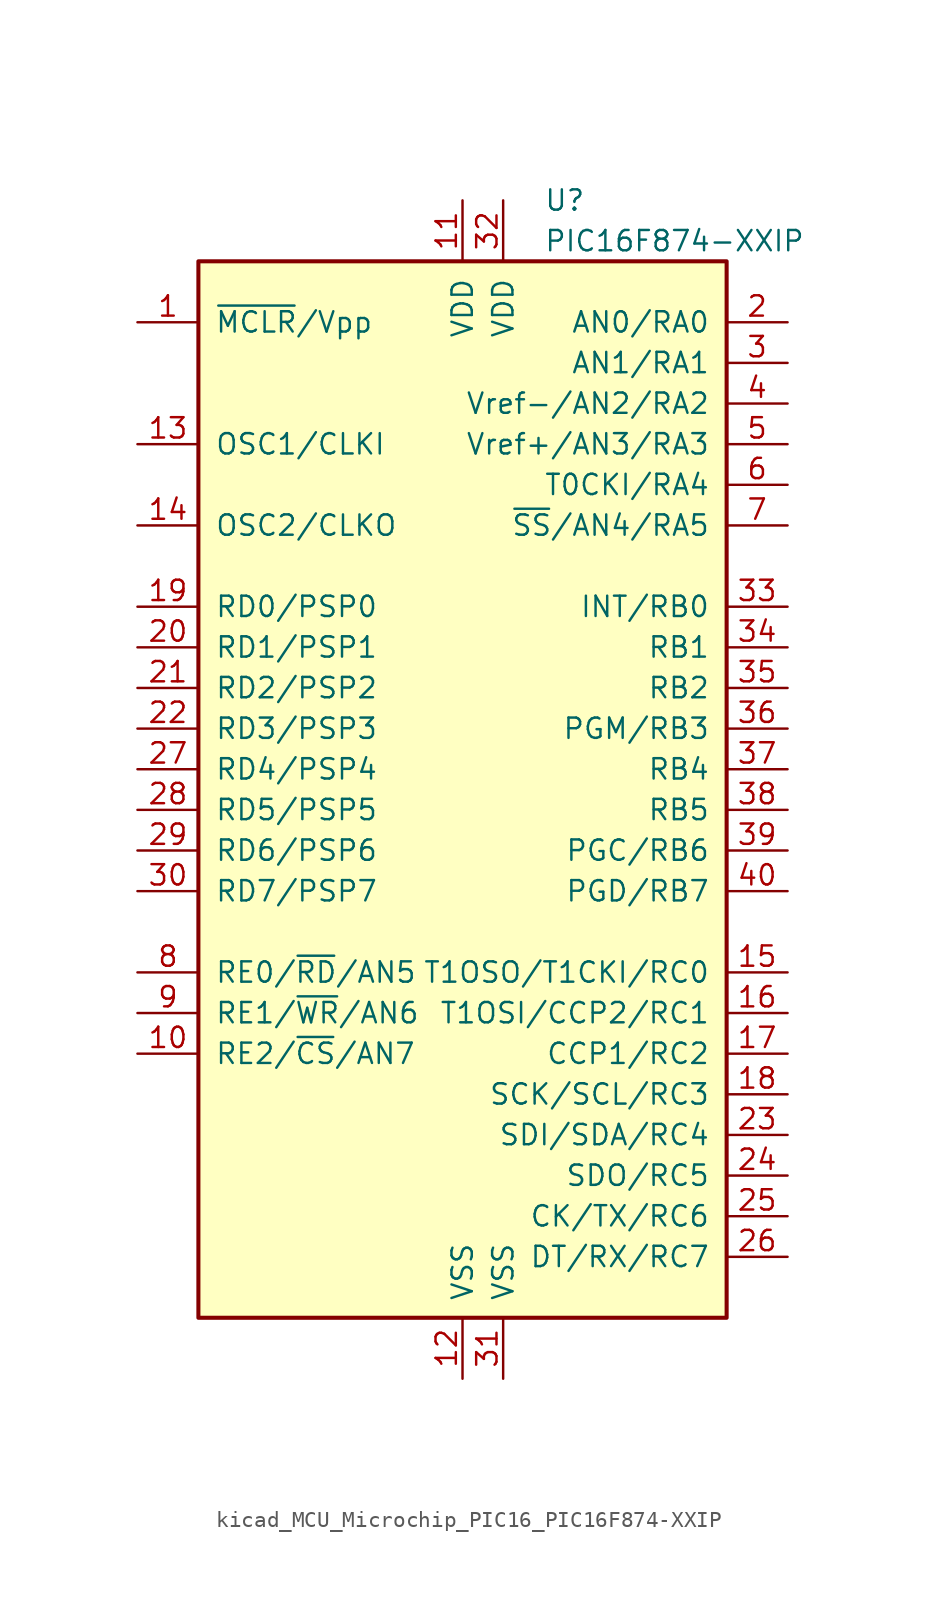
<source format=kicad_sym>
(kicad_symbol_lib
  (version 20220914)
  (generator kicad_symbol_editor)
  (symbol "kicad_MCU_Microchip_PIC16_PIC16F874-XXIP"
    (pin_names
      (offset 1.016))
    (property "Reference" "U"
      (at 5.08 35.56 0)
      (effects (font (size 1.27 1.27)) (justify left)))
    (property "Value" "PIC16F874-XXIP"
      (at 5.08 33.02 0)
      (effects (font (size 1.27 1.27)) (justify left)))
    (symbol "kicad_MCU_Microchip_PIC16_PIC16F874-XXIP_0_1"
      (rectangle (start -16.51 31.75) (end 16.51 -34.29) (stroke (width 0.254) (type default)) (fill (type background))))
    (symbol "kicad_MCU_Microchip_PIC16_PIC16F874-XXIP_1_1"
      (pin input line (at -20.32 27.94 0) (length 3.81) (name "~{MCLR}/Vpp" (effects (font (size 1.27 1.27)))) (number "1" (effects (font (size 1.27 1.27)))))
      (pin bidirectional line (at -20.32 -17.78 0) (length 3.81) (name "RE2/~{CS}/AN7" (effects (font (size 1.27 1.27)))) (number "10" (effects (font (size 1.27 1.27)))))
      (pin power_in line (at 0 35.56 270) (length 3.81) (name "VDD" (effects (font (size 1.27 1.27)))) (number "11" (effects (font (size 1.27 1.27)))))
      (pin power_in line (at 0 -38.1 90) (length 3.81) (name "VSS" (effects (font (size 1.27 1.27)))) (number "12" (effects (font (size 1.27 1.27)))))
      (pin input line (at -20.32 20.32 0) (length 3.81) (name "OSC1/CLKI" (effects (font (size 1.27 1.27)))) (number "13" (effects (font (size 1.27 1.27)))))
      (pin output line (at -20.32 15.24 0) (length 3.81) (name "OSC2/CLKO" (effects (font (size 1.27 1.27)))) (number "14" (effects (font (size 1.27 1.27)))))
      (pin bidirectional line (at 20.32 -12.7 180) (length 3.81) (name "T1OSO/T1CKI/RC0" (effects (font (size 1.27 1.27)))) (number "15" (effects (font (size 1.27 1.27)))))
      (pin bidirectional line (at 20.32 -15.24 180) (length 3.81) (name "T1OSI/CCP2/RC1" (effects (font (size 1.27 1.27)))) (number "16" (effects (font (size 1.27 1.27)))))
      (pin bidirectional line (at 20.32 -17.78 180) (length 3.81) (name "CCP1/RC2" (effects (font (size 1.27 1.27)))) (number "17" (effects (font (size 1.27 1.27)))))
      (pin bidirectional line (at 20.32 -20.32 180) (length 3.81) (name "SCK/SCL/RC3" (effects (font (size 1.27 1.27)))) (number "18" (effects (font (size 1.27 1.27)))))
      (pin bidirectional line (at -20.32 10.16 0) (length 3.81) (name "RD0/PSP0" (effects (font (size 1.27 1.27)))) (number "19" (effects (font (size 1.27 1.27)))))
      (pin bidirectional line (at 20.32 27.94 180) (length 3.81) (name "AN0/RA0" (effects (font (size 1.27 1.27)))) (number "2" (effects (font (size 1.27 1.27)))))
      (pin bidirectional line (at -20.32 7.62 0) (length 3.81) (name "RD1/PSP1" (effects (font (size 1.27 1.27)))) (number "20" (effects (font (size 1.27 1.27)))))
      (pin bidirectional line (at -20.32 5.08 0) (length 3.81) (name "RD2/PSP2" (effects (font (size 1.27 1.27)))) (number "21" (effects (font (size 1.27 1.27)))))
      (pin bidirectional line (at -20.32 2.54 0) (length 3.81) (name "RD3/PSP3" (effects (font (size 1.27 1.27)))) (number "22" (effects (font (size 1.27 1.27)))))
      (pin bidirectional line (at 20.32 -22.86 180) (length 3.81) (name "SDI/SDA/RC4" (effects (font (size 1.27 1.27)))) (number "23" (effects (font (size 1.27 1.27)))))
      (pin bidirectional line (at 20.32 -25.4 180) (length 3.81) (name "SDO/RC5" (effects (font (size 1.27 1.27)))) (number "24" (effects (font (size 1.27 1.27)))))
      (pin bidirectional line (at 20.32 -27.94 180) (length 3.81) (name "CK/TX/RC6" (effects (font (size 1.27 1.27)))) (number "25" (effects (font (size 1.27 1.27)))))
      (pin bidirectional line (at 20.32 -30.48 180) (length 3.81) (name "DT/RX/RC7" (effects (font (size 1.27 1.27)))) (number "26" (effects (font (size 1.27 1.27)))))
      (pin bidirectional line (at -20.32 0 0) (length 3.81) (name "RD4/PSP4" (effects (font (size 1.27 1.27)))) (number "27" (effects (font (size 1.27 1.27)))))
      (pin bidirectional line (at -20.32 -2.54 0) (length 3.81) (name "RD5/PSP5" (effects (font (size 1.27 1.27)))) (number "28" (effects (font (size 1.27 1.27)))))
      (pin bidirectional line (at -20.32 -5.08 0) (length 3.81) (name "RD6/PSP6" (effects (font (size 1.27 1.27)))) (number "29" (effects (font (size 1.27 1.27)))))
      (pin bidirectional line (at 20.32 25.4 180) (length 3.81) (name "AN1/RA1" (effects (font (size 1.27 1.27)))) (number "3" (effects (font (size 1.27 1.27)))))
      (pin bidirectional line (at -20.32 -7.62 0) (length 3.81) (name "RD7/PSP7" (effects (font (size 1.27 1.27)))) (number "30" (effects (font (size 1.27 1.27)))))
      (pin power_in line (at 2.54 -38.1 90) (length 3.81) (name "VSS" (effects (font (size 1.27 1.27)))) (number "31" (effects (font (size 1.27 1.27)))))
      (pin power_in line (at 2.54 35.56 270) (length 3.81) (name "VDD" (effects (font (size 1.27 1.27)))) (number "32" (effects (font (size 1.27 1.27)))))
      (pin bidirectional line (at 20.32 10.16 180) (length 3.81) (name "INT/RB0" (effects (font (size 1.27 1.27)))) (number "33" (effects (font (size 1.27 1.27)))))
      (pin bidirectional line (at 20.32 7.62 180) (length 3.81) (name "RB1" (effects (font (size 1.27 1.27)))) (number "34" (effects (font (size 1.27 1.27)))))
      (pin bidirectional line (at 20.32 5.08 180) (length 3.81) (name "RB2" (effects (font (size 1.27 1.27)))) (number "35" (effects (font (size 1.27 1.27)))))
      (pin bidirectional line (at 20.32 2.54 180) (length 3.81) (name "PGM/RB3" (effects (font (size 1.27 1.27)))) (number "36" (effects (font (size 1.27 1.27)))))
      (pin bidirectional line (at 20.32 0 180) (length 3.81) (name "RB4" (effects (font (size 1.27 1.27)))) (number "37" (effects (font (size 1.27 1.27)))))
      (pin bidirectional line (at 20.32 -2.54 180) (length 3.81) (name "RB5" (effects (font (size 1.27 1.27)))) (number "38" (effects (font (size 1.27 1.27)))))
      (pin bidirectional line (at 20.32 -5.08 180) (length 3.81) (name "PGC/RB6" (effects (font (size 1.27 1.27)))) (number "39" (effects (font (size 1.27 1.27)))))
      (pin bidirectional line (at 20.32 22.86 180) (length 3.81) (name "Vref-/AN2/RA2" (effects (font (size 1.27 1.27)))) (number "4" (effects (font (size 1.27 1.27)))))
      (pin bidirectional line (at 20.32 -7.62 180) (length 3.81) (name "PGD/RB7" (effects (font (size 1.27 1.27)))) (number "40" (effects (font (size 1.27 1.27)))))
      (pin bidirectional line (at 20.32 20.32 180) (length 3.81) (name "Vref+/AN3/RA3" (effects (font (size 1.27 1.27)))) (number "5" (effects (font (size 1.27 1.27)))))
      (pin bidirectional line (at 20.32 17.78 180) (length 3.81) (name "T0CKI/RA4" (effects (font (size 1.27 1.27)))) (number "6" (effects (font (size 1.27 1.27)))))
      (pin bidirectional line (at 20.32 15.24 180) (length 3.81) (name "~{SS}/AN4/RA5" (effects (font (size 1.27 1.27)))) (number "7" (effects (font (size 1.27 1.27)))))
      (pin bidirectional line (at -20.32 -12.7 0) (length 3.81) (name "RE0/~{RD}/AN5" (effects (font (size 1.27 1.27)))) (number "8" (effects (font (size 1.27 1.27)))))
      (pin bidirectional line (at -20.32 -15.24 0) (length 3.81) (name "RE1/~{WR}/AN6" (effects (font (size 1.27 1.27)))) (number "9" (effects (font (size 1.27 1.27))))))))
</source>
